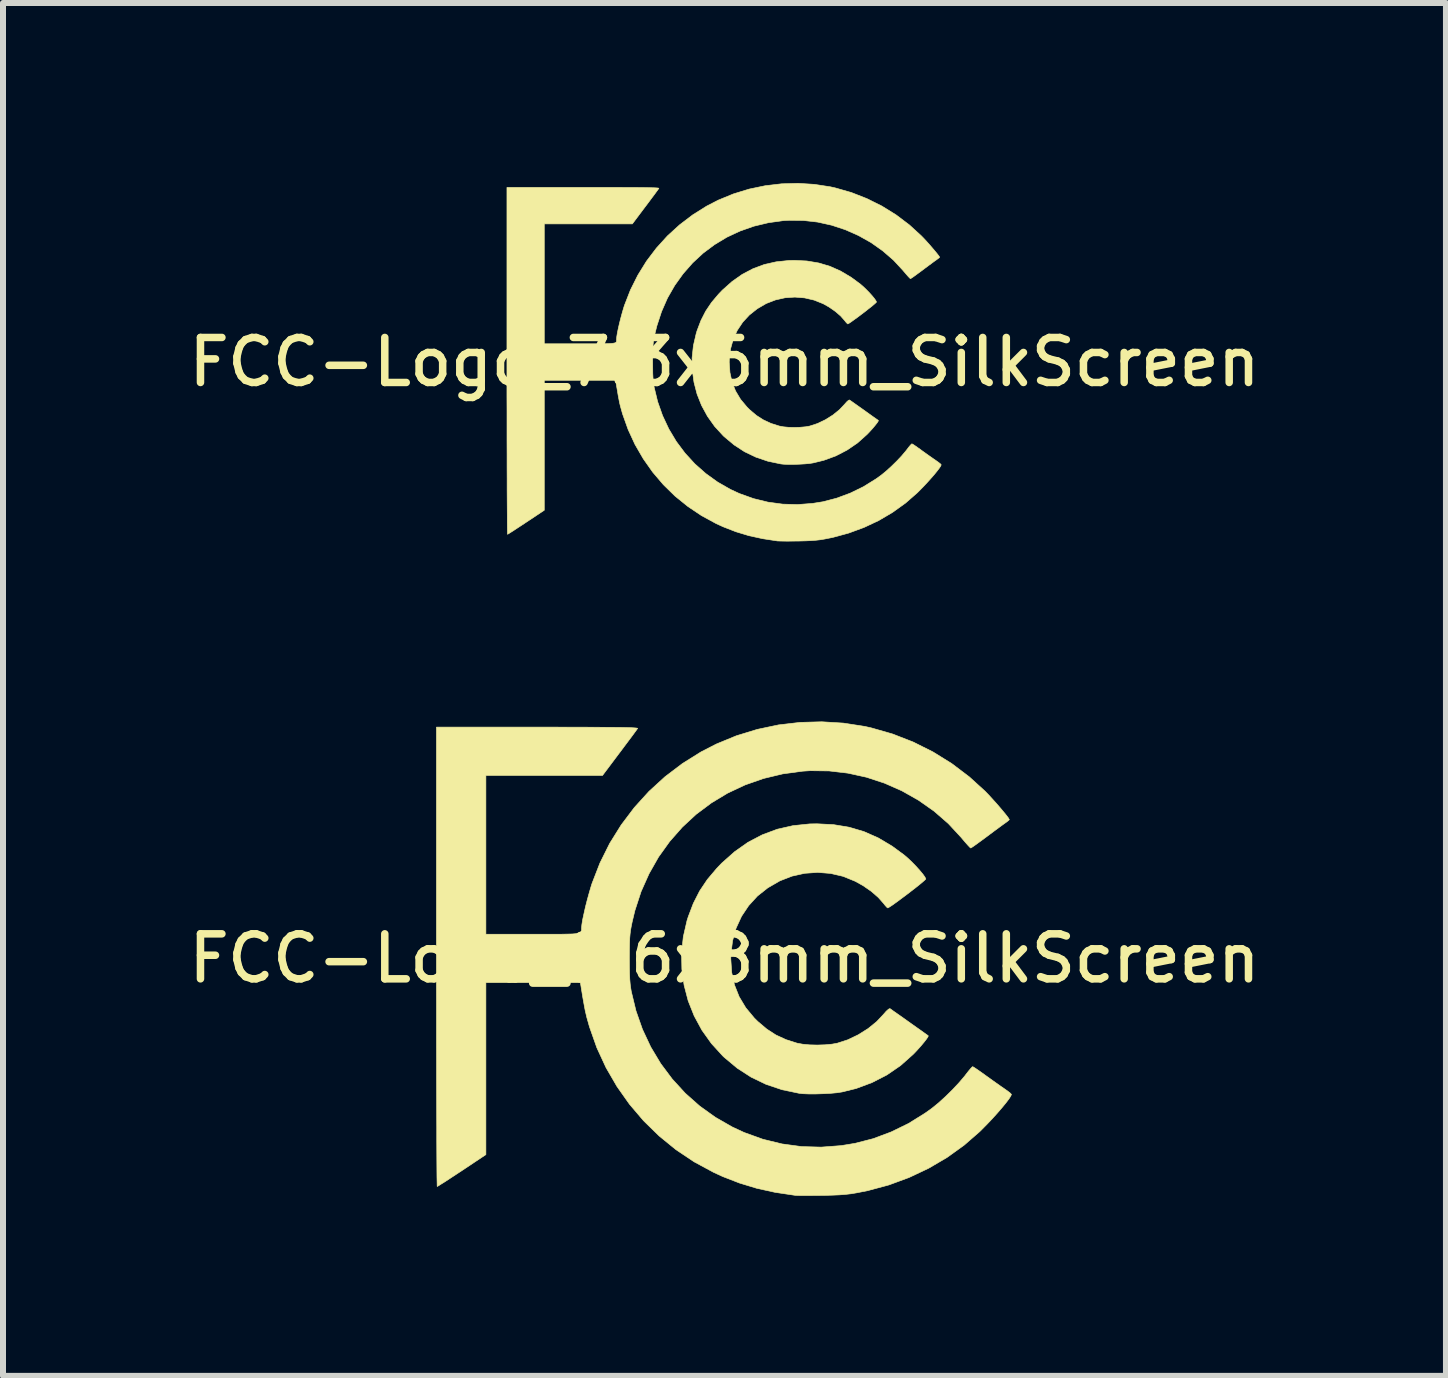
<source format=kicad_pcb>
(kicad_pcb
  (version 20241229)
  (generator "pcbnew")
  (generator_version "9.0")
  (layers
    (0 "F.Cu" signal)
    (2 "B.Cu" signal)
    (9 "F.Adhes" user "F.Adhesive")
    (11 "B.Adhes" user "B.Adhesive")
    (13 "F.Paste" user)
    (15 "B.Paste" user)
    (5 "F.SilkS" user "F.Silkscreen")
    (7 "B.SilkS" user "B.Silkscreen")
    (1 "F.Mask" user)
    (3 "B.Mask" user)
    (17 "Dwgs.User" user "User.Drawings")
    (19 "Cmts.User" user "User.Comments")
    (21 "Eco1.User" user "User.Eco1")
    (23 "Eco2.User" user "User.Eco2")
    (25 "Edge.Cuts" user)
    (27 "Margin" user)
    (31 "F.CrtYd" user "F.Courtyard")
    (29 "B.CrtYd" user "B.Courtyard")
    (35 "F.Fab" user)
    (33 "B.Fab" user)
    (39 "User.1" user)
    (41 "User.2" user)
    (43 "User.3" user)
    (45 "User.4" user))
  (footprint "FCC-Logo_9.6x8mm_SilkScreen"
    (layer "F.Cu")
    (at 9.023 12.921)
    (property "Reference" "FCC-Logo_9.6x8mm_SilkScreen" (at 0 0 0) (layer "F.SilkS") (effects (font (size 0.75 0.75) (thickness 0.125))))
    (attr exclude_from_pos_files exclude_from_bom allow_missing_courtyard)
    (fp_poly (pts (xy 1.817 -2.229) (xy 2.077 -2.186) (xy 2.324 -2.113) (xy 2.562 -2.008) (xy 2.794 -1.87) (xy 2.999 -1.719) (xy 3.061 -1.665) (xy 3.128 -1.601) (xy 3.194 -1.533) (xy 3.255 -1.465) (xy 3.305 -1.405) (xy 3.34 -1.356) (xy 3.354 -1.326) (xy 3.355 -1.324) (xy 3.341 -1.308) (xy 3.304 -1.275) (xy 3.249 -1.229) (xy 3.18 -1.174) (xy 3.102 -1.114) (xy 3.02 -1.051) (xy 2.939 -0.991) (xy 2.865 -0.936) (xy 2.801 -0.89) (xy 2.752 -0.858) (xy 2.725 -0.842) (xy 2.721 -0.841) (xy 2.703 -0.854) (xy 2.673 -0.888) (xy 2.654 -0.913) (xy 2.564 -1.015) (xy 2.447 -1.117) (xy 2.31 -1.212) (xy 2.179 -1.285) (xy 1.978 -1.367) (xy 1.768 -1.416) (xy 1.553 -1.433) (xy 1.337 -1.418) (xy 1.126 -1.371) (xy 0.922 -1.292) (xy 0.921 -1.291) (xy 0.722 -1.176) (xy 0.549 -1.039) (xy 0.403 -0.879) (xy 0.284 -0.701) (xy 0.194 -0.505) (xy 0.135 -0.295) (xy 0.107 -0.071) (xy 0.105 0.005) (xy 0.12 0.232) (xy 0.167 0.443) (xy 0.245 0.64) (xy 0.355 0.823) (xy 0.498 0.995) (xy 0.557 1.053) (xy 0.705 1.178) (xy 0.858 1.277) (xy 1.026 1.354) (xy 1.211 1.413) (xy 1.304 1.43) (xy 1.42 1.441) (xy 1.547 1.444) (xy 1.675 1.44) (xy 1.793 1.429) (xy 1.881 1.413) (xy 2.056 1.356) (xy 2.229 1.273) (xy 2.393 1.17) (xy 2.538 1.052) (xy 2.647 0.936) (xy 2.696 0.88) (xy 2.734 0.846) (xy 2.757 0.836) (xy 2.758 0.837) (xy 2.776 0.849) (xy 2.817 0.879) (xy 2.877 0.921) (xy 2.95 0.972) (xy 3.03 1.029) (xy 3.114 1.089) (xy 3.196 1.147) (xy 3.27 1.199) (xy 3.331 1.243) (xy 3.375 1.274) (xy 3.396 1.29) (xy 3.396 1.29) (xy 3.391 1.307) (xy 3.367 1.343) (xy 3.327 1.395) (xy 3.277 1.455) (xy 3.22 1.519) (xy 3.162 1.581) (xy 3.142 1.601) (xy 2.934 1.786) (xy 2.705 1.943) (xy 2.457 2.07) (xy 2.194 2.168) (xy 1.958 2.226) (xy 1.873 2.239) (xy 1.765 2.249) (xy 1.645 2.255) (xy 1.522 2.259) (xy 1.405 2.259) (xy 1.306 2.255) (xy 1.244 2.248) (xy 0.959 2.188) (xy 0.693 2.099) (xy 0.444 1.979) (xy 0.212 1.829) (xy -0.005 1.648) (xy -0.029 1.625) (xy -0.217 1.419) (xy -0.376 1.196) (xy -0.505 0.958) (xy -0.605 0.707) (xy -0.673 0.447) (xy -0.71 0.18) (xy -0.715 -0.09) (xy -0.686 -0.361) (xy -0.624 -0.631) (xy -0.605 -0.691) (xy -0.519 -0.917) (xy -0.414 -1.123) (xy -0.286 -1.314) (xy -0.13 -1.499) (xy -0.046 -1.587) (xy 0.168 -1.777) (xy 0.392 -1.935) (xy 0.629 -2.059) (xy 0.878 -2.152) (xy 1.142 -2.212) (xy 1.42 -2.241) (xy 1.542 -2.243) (xy 1.817 -2.229)) (stroke (width 0.01) (type solid)) (fill yes) (layer "F.SilkS"))
    (fp_poly (pts (xy 1.982 -3.921) (xy 2.336 -3.866) (xy 2.444 -3.842) (xy 2.8 -3.74) (xy 3.144 -3.606) (xy 3.474 -3.441) (xy 3.787 -3.247) (xy 4.08 -3.025) (xy 4.344 -2.785) (xy 4.4 -2.727) (xy 4.463 -2.658) (xy 4.529 -2.585) (xy 4.593 -2.511) (xy 4.651 -2.442) (xy 4.699 -2.383) (xy 4.732 -2.339) (xy 4.746 -2.314) (xy 4.747 -2.312) (xy 4.733 -2.298) (xy 4.7 -2.272) (xy 4.672 -2.252) (xy 4.633 -2.224) (xy 4.573 -2.18) (xy 4.497 -2.124) (xy 4.414 -2.062) (xy 4.358 -2.02) (xy 4.278 -1.961) (xy 4.208 -1.91) (xy 4.152 -1.87) (xy 4.116 -1.846) (xy 4.104 -1.839) (xy 4.088 -1.852) (xy 4.055 -1.887) (xy 4.009 -1.939) (xy 3.955 -2.003) (xy 3.944 -2.016) (xy 3.73 -2.247) (xy 3.492 -2.454) (xy 3.233 -2.636) (xy 2.957 -2.792) (xy 2.667 -2.92) (xy 2.366 -3.019) (xy 2.056 -3.087) (xy 1.743 -3.124) (xy 1.427 -3.128) (xy 1.304 -3.12) (xy 0.971 -3.075) (xy 0.65 -2.998) (xy 0.344 -2.891) (xy 0.054 -2.755) (xy -0.218 -2.591) (xy -0.471 -2.402) (xy -0.703 -2.187) (xy -0.912 -1.95) (xy -1.098 -1.691) (xy -1.257 -1.411) (xy -1.39 -1.113) (xy -1.493 -0.797) (xy -1.537 -0.614) (xy -1.553 -0.537) (xy -1.565 -0.47) (xy -1.573 -0.405) (xy -1.579 -0.335) (xy -1.582 -0.252) (xy -1.584 -0.15) (xy -1.585 -0.021) (xy -1.585 -0.009) (xy -1.584 0.136) (xy -1.582 0.253) (xy -1.578 0.349) (xy -1.571 0.43) (xy -1.561 0.504) (xy -1.553 0.552) (xy -1.475 0.874) (xy -1.367 1.182) (xy -1.229 1.476) (xy -1.063 1.753) (xy -0.871 2.01) (xy -0.654 2.247) (xy -0.414 2.46) (xy -0.152 2.648) (xy 0.129 2.809) (xy 0.327 2.901) (xy 0.64 3.014) (xy 0.96 3.092) (xy 1.285 3.136) (xy 1.613 3.145) (xy 1.944 3.12) (xy 2.175 3.082) (xy 2.479 3.004) (xy 2.778 2.892) (xy 3.069 2.75) (xy 3.345 2.578) (xy 3.457 2.498) (xy 3.565 2.41) (xy 3.683 2.303) (xy 3.801 2.187) (xy 3.91 2.07) (xy 4.002 1.962) (xy 4.021 1.937) (xy 4.066 1.879) (xy 4.103 1.835) (xy 4.129 1.808) (xy 4.136 1.804) (xy 4.155 1.814) (xy 4.196 1.841) (xy 4.254 1.881) (xy 4.324 1.931) (xy 4.349 1.949) (xy 4.434 2.01) (xy 4.521 2.072) (xy 4.6 2.128) (xy 4.661 2.17) (xy 4.664 2.172) (xy 4.719 2.211) (xy 4.76 2.243) (xy 4.78 2.264) (xy 4.782 2.267) (xy 4.77 2.296) (xy 4.738 2.345) (xy 4.687 2.412) (xy 4.622 2.491) (xy 4.546 2.579) (xy 4.463 2.671) (xy 4.375 2.764) (xy 4.286 2.854) (xy 4.255 2.885) (xy 3.993 3.113) (xy 3.708 3.318) (xy 3.401 3.498) (xy 3.077 3.651) (xy 2.738 3.776) (xy 2.388 3.87) (xy 2.207 3.906) (xy 2.112 3.922) (xy 2.017 3.933) (xy 1.913 3.941) (xy 1.792 3.946) (xy 1.646 3.95) (xy 1.612 3.95) (xy 1.496 3.951) (xy 1.389 3.952) (xy 1.297 3.952) (xy 1.225 3.951) (xy 1.181 3.949) (xy 1.174 3.948) (xy 0.845 3.899) (xy 0.541 3.832) (xy 0.251 3.744) (xy -0.03 3.635) (xy -0.184 3.564) (xy -0.506 3.39) (xy -0.808 3.188) (xy -1.089 2.959) (xy -1.348 2.706) (xy -1.583 2.43) (xy -1.792 2.134) (xy -1.974 1.82) (xy -2.127 1.489) (xy -2.249 1.143) (xy -2.295 0.981) (xy -2.307 0.929) (xy -2.32 0.874) (xy -2.332 0.812) (xy -2.346 0.735) (xy -2.363 0.639) (xy -2.383 0.516) (xy -2.392 0.46) (xy -2.401 0.403) (xy -3.976 0.403) (xy -3.976 3.27) (xy -4.375 3.536) (xy -4.48 3.605) (xy -4.576 3.668) (xy -4.658 3.722) (xy -4.724 3.763) (xy -4.768 3.791) (xy -4.787 3.801) (xy -4.787 3.801) (xy -4.788 3.784) (xy -4.789 3.733) (xy -4.791 3.651) (xy -4.792 3.538) (xy -4.793 3.396) (xy -4.794 3.228) (xy -4.795 3.034) (xy -4.795 2.816) (xy -4.796 2.575) (xy -4.797 2.314) (xy -4.798 2.034) (xy -4.798 1.736) (xy -4.799 1.422) (xy -4.799 1.093) (xy -4.799 0.752) (xy -4.8 0.4) (xy -4.8 0.038) (xy -4.8 -0.026) (xy -4.8 -3.854) (xy -3.117 -3.854) (xy -2.827 -3.854) (xy -2.571 -3.853) (xy -2.346 -3.853) (xy -2.15 -3.852) (xy -1.983 -3.851) (xy -1.842 -3.85) (xy -1.726 -3.849) (xy -1.633 -3.847) (xy -1.561 -3.845) (xy -1.508 -3.842) (xy -1.472 -3.839) (xy -1.453 -3.836) (xy -1.447 -3.832) (xy -1.448 -3.832) (xy -1.461 -3.813) (xy -1.493 -3.769) (xy -1.54 -3.705) (xy -1.6 -3.625) (xy -1.669 -3.533) (xy -1.745 -3.431) (xy -1.747 -3.429) (xy -2.033 -3.048) (xy -3.976 -3.048) (xy -3.976 -0.403) (xy -3.19 -0.403) (xy -3.001 -0.403) (xy -2.843 -0.403) (xy -2.715 -0.403) (xy -2.613 -0.405) (xy -2.534 -0.407) (xy -2.476 -0.412) (xy -2.434 -0.418) (xy -2.407 -0.426) (xy -2.391 -0.437) (xy -2.384 -0.452) (xy -2.382 -0.469) (xy -2.382 -0.491) (xy -2.382 -0.503) (xy -2.377 -0.56) (xy -2.364 -0.643) (xy -2.342 -0.745) (xy -2.316 -0.861) (xy -2.285 -0.982) (xy -2.252 -1.101) (xy -2.219 -1.213) (xy -2.207 -1.25) (xy -2.075 -1.59) (xy -1.913 -1.916) (xy -1.721 -2.224) (xy -1.503 -2.513) (xy -1.259 -2.782) (xy -0.991 -3.027) (xy -0.701 -3.247) (xy -0.391 -3.441) (xy -0.134 -3.573) (xy 0.199 -3.71) (xy 0.545 -3.816) (xy 0.9 -3.891) (xy 1.26 -3.933) (xy 1.622 -3.943) (xy 1.982 -3.921)) (stroke (width 0.01) (type solid)) (fill yes) (layer "F.SilkS")))
  (footprint "FCC-Logo_7.3x6mm_SilkScreen"
    (layer "F.Cu")
    (at 9.023 2.983)
    (property "Reference" "FCC-Logo_7.3x6mm_SilkScreen" (at 0 0 0) (layer "F.SilkS") (effects (font (size 0.75 0.75) (thickness 0.125))))
    (attr exclude_from_pos_files exclude_from_bom allow_missing_courtyard)
    (fp_poly (pts (xy 1.372 -1.684) (xy 1.569 -1.651) (xy 1.755 -1.596) (xy 1.935 -1.516) (xy 2.11 -1.412) (xy 2.265 -1.298) (xy 2.312 -1.257) (xy 2.362 -1.209) (xy 2.412 -1.158) (xy 2.458 -1.107) (xy 2.496 -1.061) (xy 2.522 -1.024) (xy 2.533 -1.001) (xy 2.533 -1) (xy 2.523 -0.988) (xy 2.495 -0.963) (xy 2.454 -0.928) (xy 2.401 -0.887) (xy 2.343 -0.841) (xy 2.281 -0.794) (xy 2.22 -0.748) (xy 2.163 -0.707) (xy 2.115 -0.672) (xy 2.079 -0.648) (xy 2.058 -0.636) (xy 2.055 -0.635) (xy 2.042 -0.645) (xy 2.019 -0.67) (xy 2.004 -0.69) (xy 1.936 -0.767) (xy 1.848 -0.843) (xy 1.745 -0.915) (xy 1.646 -0.971) (xy 1.494 -1.032) (xy 1.335 -1.069) (xy 1.173 -1.082) (xy 1.01 -1.071) (xy 0.85 -1.035) (xy 0.697 -0.976) (xy 0.695 -0.975) (xy 0.546 -0.888) (xy 0.415 -0.784) (xy 0.304 -0.664) (xy 0.214 -0.529) (xy 0.146 -0.381) (xy 0.102 -0.222) (xy 0.081 -0.054) (xy 0.079 0.004) (xy 0.091 0.175) (xy 0.126 0.335) (xy 0.185 0.483) (xy 0.268 0.622) (xy 0.376 0.751) (xy 0.42 0.795) (xy 0.532 0.89) (xy 0.648 0.964) (xy 0.775 1.023) (xy 0.914 1.067) (xy 0.985 1.08) (xy 1.072 1.088) (xy 1.169 1.09) (xy 1.265 1.087) (xy 1.354 1.079) (xy 1.421 1.067) (xy 1.552 1.024) (xy 1.683 0.961) (xy 1.807 0.883) (xy 1.917 0.794) (xy 1.999 0.707) (xy 2.036 0.665) (xy 2.065 0.639) (xy 2.082 0.632) (xy 2.083 0.632) (xy 2.096 0.641) (xy 2.128 0.663) (xy 2.173 0.695) (xy 2.228 0.734) (xy 2.289 0.777) (xy 2.352 0.822) (xy 2.413 0.866) (xy 2.469 0.906) (xy 2.516 0.939) (xy 2.549 0.962) (xy 2.565 0.974) (xy 2.565 0.974) (xy 2.561 0.987) (xy 2.543 1.015) (xy 2.513 1.053) (xy 2.475 1.099) (xy 2.432 1.147) (xy 2.388 1.194) (xy 2.373 1.209) (xy 2.216 1.349) (xy 2.043 1.467) (xy 1.856 1.564) (xy 1.657 1.637) (xy 1.478 1.681) (xy 1.414 1.691) (xy 1.333 1.698) (xy 1.242 1.703) (xy 1.149 1.706) (xy 1.061 1.706) (xy 0.986 1.703) (xy 0.939 1.698) (xy 0.724 1.653) (xy 0.523 1.585) (xy 0.335 1.495) (xy 0.16 1.381) (xy -0.003 1.245) (xy -0.022 1.227) (xy -0.164 1.072) (xy -0.284 0.903) (xy -0.382 0.723) (xy -0.457 0.534) (xy -0.508 0.338) (xy -0.536 0.136) (xy -0.54 -0.068) (xy -0.518 -0.273) (xy -0.471 -0.476) (xy -0.457 -0.522) (xy -0.392 -0.693) (xy -0.313 -0.848) (xy -0.216 -0.992) (xy -0.098 -1.132) (xy -0.035 -1.198) (xy 0.127 -1.342) (xy 0.296 -1.461) (xy 0.475 -1.555) (xy 0.663 -1.625) (xy 0.862 -1.67) (xy 1.072 -1.692) (xy 1.164 -1.694) (xy 1.372 -1.684)) (stroke (width 0.01) (type solid)) (fill yes) (layer "F.SilkS"))
    (fp_poly (pts (xy 1.496 -2.961) (xy 1.764 -2.92) (xy 1.845 -2.902) (xy 2.114 -2.825) (xy 2.374 -2.723) (xy 2.623 -2.599) (xy 2.86 -2.452) (xy 3.081 -2.285) (xy 3.28 -2.103) (xy 3.323 -2.059) (xy 3.37 -2.008) (xy 3.42 -1.952) (xy 3.468 -1.896) (xy 3.512 -1.844) (xy 3.548 -1.8) (xy 3.574 -1.766) (xy 3.585 -1.748) (xy 3.585 -1.746) (xy 3.575 -1.736) (xy 3.549 -1.716) (xy 3.529 -1.701) (xy 3.499 -1.68) (xy 3.453 -1.646) (xy 3.396 -1.604) (xy 3.333 -1.557) (xy 3.291 -1.525) (xy 3.231 -1.481) (xy 3.178 -1.442) (xy 3.136 -1.412) (xy 3.108 -1.394) (xy 3.099 -1.389) (xy 3.087 -1.399) (xy 3.062 -1.425) (xy 3.028 -1.464) (xy 2.986 -1.513) (xy 2.979 -1.522) (xy 2.817 -1.697) (xy 2.637 -1.853) (xy 2.442 -1.991) (xy 2.233 -2.108) (xy 2.014 -2.205) (xy 1.787 -2.28) (xy 1.553 -2.332) (xy 1.316 -2.359) (xy 1.078 -2.362) (xy 0.985 -2.357) (xy 0.733 -2.322) (xy 0.491 -2.264) (xy 0.26 -2.183) (xy 0.041 -2.081) (xy -0.165 -1.957) (xy -0.356 -1.814) (xy -0.531 -1.652) (xy -0.689 -1.472) (xy -0.829 -1.277) (xy -0.95 -1.066) (xy -1.049 -0.84) (xy -1.127 -0.602) (xy -1.161 -0.464) (xy -1.173 -0.406) (xy -1.182 -0.355) (xy -1.188 -0.306) (xy -1.192 -0.253) (xy -1.195 -0.19) (xy -1.196 -0.113) (xy -1.197 -0.016) (xy -1.197 -0.007) (xy -1.196 0.103) (xy -1.195 0.191) (xy -1.191 0.264) (xy -1.186 0.325) (xy -1.179 0.381) (xy -1.173 0.417) (xy -1.114 0.66) (xy -1.032 0.893) (xy -0.928 1.115) (xy -0.803 1.324) (xy -0.658 1.518) (xy -0.494 1.697) (xy -0.312 1.858) (xy -0.115 2) (xy 0.098 2.122) (xy 0.247 2.191) (xy 0.484 2.276) (xy 0.725 2.335) (xy 0.97 2.368) (xy 1.218 2.375) (xy 1.468 2.356) (xy 1.643 2.328) (xy 1.872 2.268) (xy 2.098 2.184) (xy 2.317 2.077) (xy 2.526 1.947) (xy 2.611 1.886) (xy 2.692 1.82) (xy 2.781 1.739) (xy 2.87 1.652) (xy 2.953 1.564) (xy 3.022 1.482) (xy 3.037 1.463) (xy 3.07 1.419) (xy 3.099 1.385) (xy 3.118 1.366) (xy 3.123 1.363) (xy 3.138 1.37) (xy 3.169 1.39) (xy 3.213 1.421) (xy 3.266 1.458) (xy 3.284 1.472) (xy 3.348 1.518) (xy 3.414 1.565) (xy 3.474 1.607) (xy 3.52 1.639) (xy 3.522 1.64) (xy 3.564 1.67) (xy 3.595 1.694) (xy 3.61 1.71) (xy 3.611 1.712) (xy 3.603 1.734) (xy 3.578 1.771) (xy 3.54 1.821) (xy 3.491 1.881) (xy 3.433 1.947) (xy 3.37 2.017) (xy 3.304 2.087) (xy 3.237 2.155) (xy 3.213 2.179) (xy 3.016 2.351) (xy 2.8 2.506) (xy 2.569 2.642) (xy 2.324 2.757) (xy 2.068 2.851) (xy 1.803 2.923) (xy 1.667 2.95) (xy 1.595 2.962) (xy 1.523 2.97) (xy 1.444 2.976) (xy 1.353 2.98) (xy 1.243 2.983) (xy 1.217 2.983) (xy 1.13 2.984) (xy 1.049 2.985) (xy 0.979 2.984) (xy 0.925 2.983) (xy 0.892 2.982) (xy 0.886 2.982) (xy 0.638 2.944) (xy 0.408 2.894) (xy 0.19 2.828) (xy -0.023 2.745) (xy -0.139 2.692) (xy -0.382 2.56) (xy -0.61 2.407) (xy -0.823 2.235) (xy -1.018 2.044) (xy -1.196 1.835) (xy -1.353 1.612) (xy -1.491 1.374) (xy -1.606 1.124) (xy -1.699 0.863) (xy -1.733 0.741) (xy -1.743 0.701) (xy -1.752 0.66) (xy -1.761 0.613) (xy -1.772 0.555) (xy -1.784 0.482) (xy -1.8 0.39) (xy -1.807 0.347) (xy -1.814 0.304) (xy -3.003 0.304) (xy -3.003 2.47) (xy -3.304 2.67) (xy -3.384 2.723) (xy -3.456 2.77) (xy -3.518 2.811) (xy -3.567 2.842) (xy -3.601 2.863) (xy -3.615 2.871) (xy -3.615 2.871) (xy -3.616 2.858) (xy -3.617 2.819) (xy -3.618 2.757) (xy -3.619 2.672) (xy -3.619 2.565) (xy -3.62 2.438) (xy -3.621 2.291) (xy -3.622 2.126) (xy -3.622 1.945) (xy -3.623 1.748) (xy -3.623 1.536) (xy -3.624 1.311) (xy -3.624 1.074) (xy -3.624 0.826) (xy -3.625 0.568) (xy -3.625 0.302) (xy -3.625 0.029) (xy -3.625 -0.02) (xy -3.625 -2.91) (xy -2.354 -2.91) (xy -2.135 -2.91) (xy -1.941 -2.91) (xy -1.771 -2.91) (xy -1.624 -2.909) (xy -1.498 -2.909) (xy -1.391 -2.908) (xy -1.304 -2.907) (xy -1.233 -2.905) (xy -1.179 -2.904) (xy -1.139 -2.902) (xy -1.112 -2.9) (xy -1.097 -2.897) (xy -1.093 -2.894) (xy -1.093 -2.894) (xy -1.104 -2.879) (xy -1.128 -2.846) (xy -1.163 -2.798) (xy -1.208 -2.738) (xy -1.26 -2.668) (xy -1.318 -2.591) (xy -1.319 -2.59) (xy -1.535 -2.302) (xy -3.003 -2.302) (xy -3.003 -0.304) (xy -2.409 -0.304) (xy -2.266 -0.304) (xy -2.147 -0.304) (xy -2.05 -0.305) (xy -1.973 -0.306) (xy -1.914 -0.308) (xy -1.87 -0.311) (xy -1.838 -0.316) (xy -1.818 -0.322) (xy -1.806 -0.33) (xy -1.8 -0.341) (xy -1.799 -0.354) (xy -1.799 -0.371) (xy -1.799 -0.38) (xy -1.795 -0.423) (xy -1.785 -0.485) (xy -1.769 -0.563) (xy -1.749 -0.65) (xy -1.726 -0.741) (xy -1.701 -0.832) (xy -1.676 -0.916) (xy -1.667 -0.944) (xy -1.567 -1.201) (xy -1.444 -1.447) (xy -1.3 -1.68) (xy -1.135 -1.898) (xy -0.951 -2.101) (xy -0.748 -2.286) (xy -0.53 -2.452) (xy -0.296 -2.599) (xy -0.101 -2.699) (xy 0.15 -2.802) (xy 0.411 -2.882) (xy 0.679 -2.938) (xy 0.951 -2.97) (xy 1.225 -2.978) (xy 1.496 -2.961)) (stroke (width 0.01) (type solid)) (fill yes) (layer "F.SilkS")))
  (gr_rect
    (start -3 -3)
    (end 21.046 19.878)
    (stroke (width 0.1) (type default))
    (fill no)
    (layer "Edge.Cuts")))
</source>
